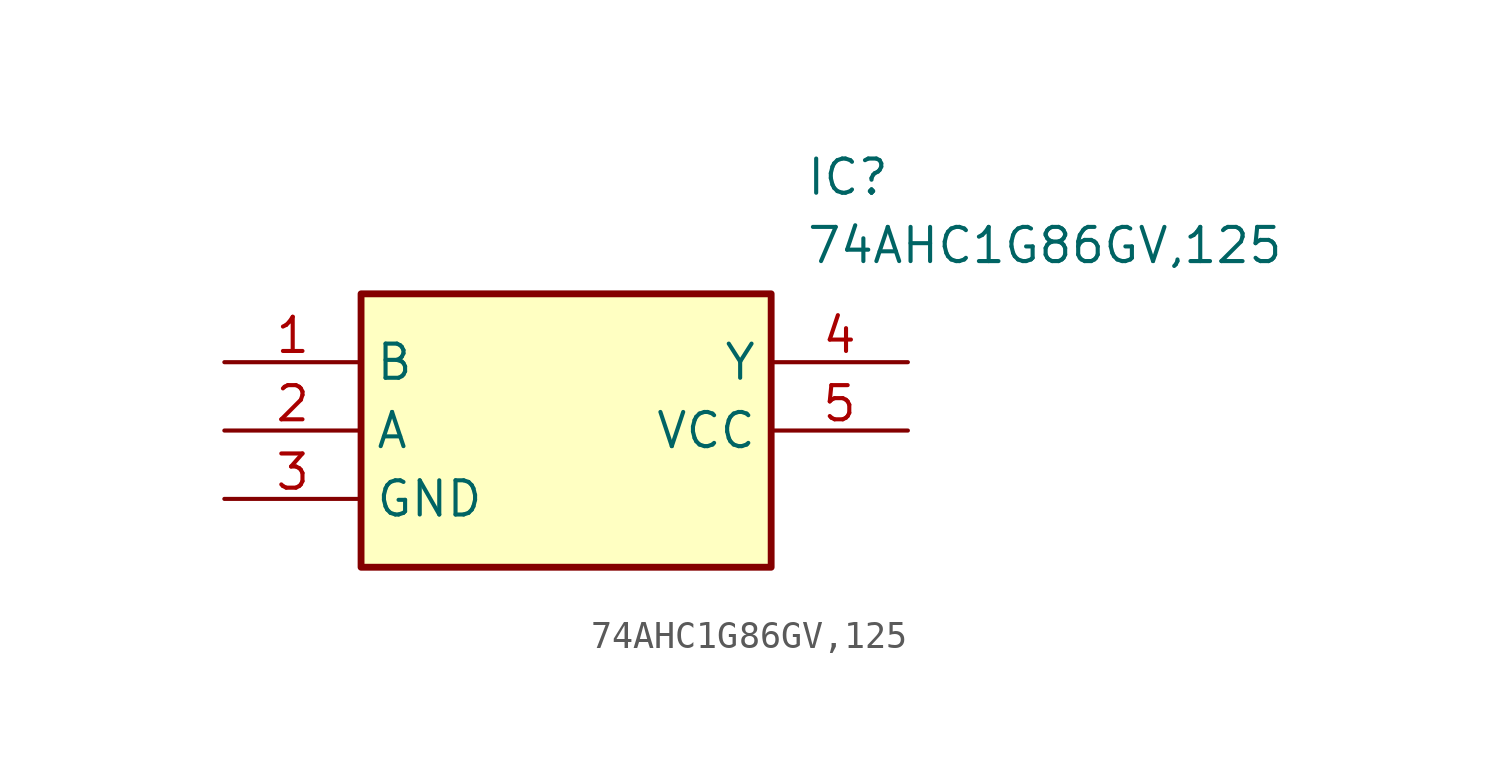
<source format=kicad_sym>
(kicad_symbol_lib
  (version 20241209)
  (generator "kicad_symbol_editor")
  (generator_version "9.0")
  (symbol "74AHC1G86GV,125"
    (property "Reference" "IC"
      (at 21.59 7.62 0)
      (effects (font (size 1.27 1.27)) (justify left top)))
    (property "Value" "74AHC1G86GV,125"
      (at 21.59 5.08 0)
      (effects (font (size 1.27 1.27)) (justify left top)))
    (symbol "74AHC1G86GV,125_1_1"
      (rectangle (start 5.08 2.54) (end 20.32 -7.62) (stroke (width 0.254) (type default)) (fill (type background)))
      (pin passive line (at 0 0 0) (length 5.08) (name "B" (effects (font (size 1.27 1.27)))) (number "1" (effects (font (size 1.27 1.27)))))
      (pin passive line (at 0 -2.54 0) (length 5.08) (name "A" (effects (font (size 1.27 1.27)))) (number "2" (effects (font (size 1.27 1.27)))))
      (pin passive line (at 0 -5.08 0) (length 5.08) (name "GND" (effects (font (size 1.27 1.27)))) (number "3" (effects (font (size 1.27 1.27)))))
      (pin passive line (at 25.4 0 180) (length 5.08) (name "Y" (effects (font (size 1.27 1.27)))) (number "4" (effects (font (size 1.27 1.27)))))
      (pin passive line (at 25.4 -2.54 180) (length 5.08) (name "VCC" (effects (font (size 1.27 1.27)))) (number "5" (effects (font (size 1.27 1.27))))))))
</source>
